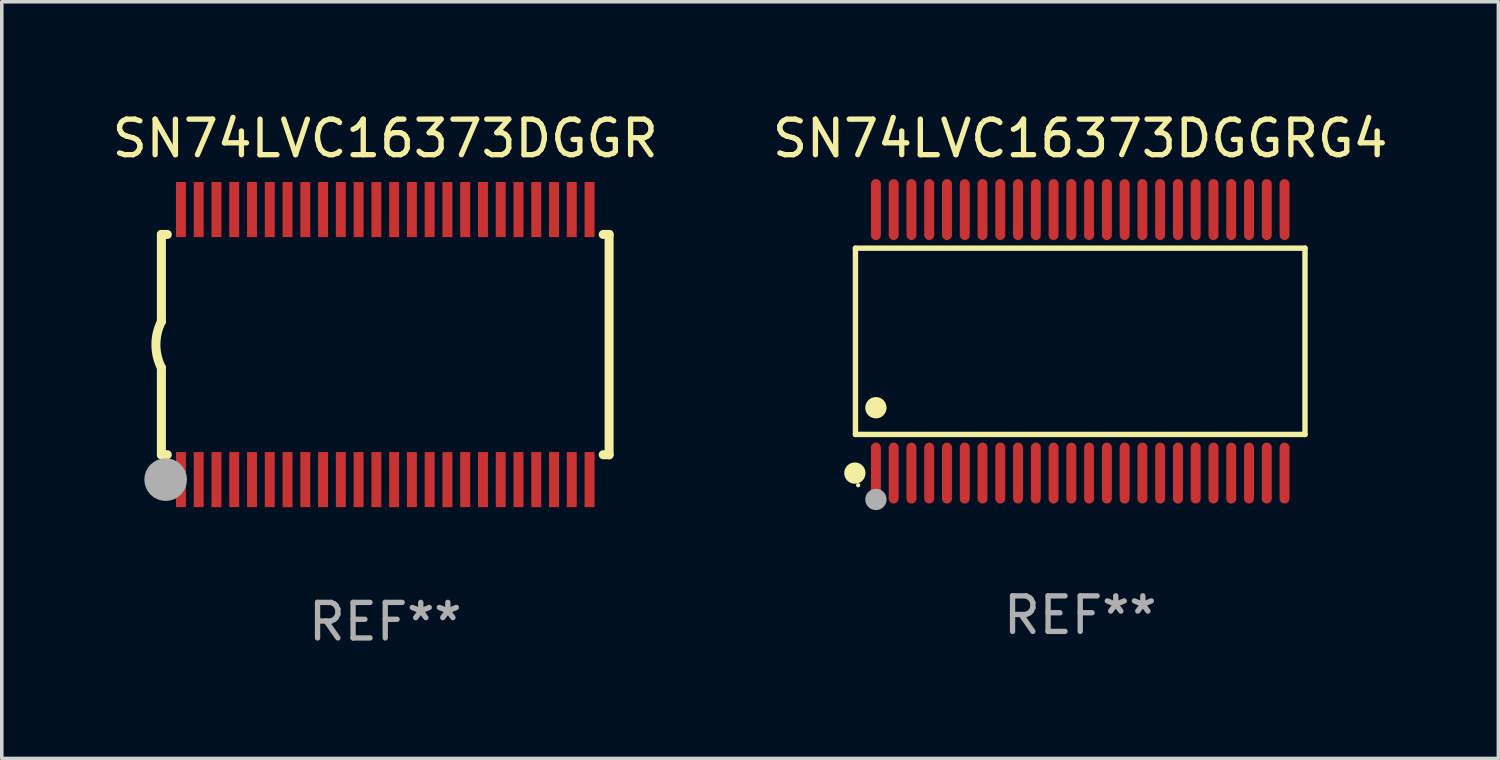
<source format=kicad_pcb>
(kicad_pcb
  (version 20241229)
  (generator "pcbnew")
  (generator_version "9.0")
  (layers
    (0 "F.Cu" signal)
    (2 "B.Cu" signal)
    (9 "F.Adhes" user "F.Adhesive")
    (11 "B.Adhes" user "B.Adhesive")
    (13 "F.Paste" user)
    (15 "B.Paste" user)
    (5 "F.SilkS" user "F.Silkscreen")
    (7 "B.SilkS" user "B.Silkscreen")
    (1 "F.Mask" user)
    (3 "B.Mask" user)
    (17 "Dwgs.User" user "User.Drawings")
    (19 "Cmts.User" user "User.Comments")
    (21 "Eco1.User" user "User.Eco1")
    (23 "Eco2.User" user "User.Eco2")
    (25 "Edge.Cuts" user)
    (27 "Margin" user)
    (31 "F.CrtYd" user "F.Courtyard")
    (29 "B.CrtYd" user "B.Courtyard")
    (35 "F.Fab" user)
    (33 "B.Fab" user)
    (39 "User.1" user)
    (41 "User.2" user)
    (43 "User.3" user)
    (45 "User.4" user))
  (footprint "SN74LVC16373DGGRG4"
    (layer "F.Cu")
    (at 27.351 6.556)
    (property "Reference" "SN74LVC16373DGGRG4" (at 0 -5.708 0) (layer "F.SilkS") (effects (font (size 1 1) (thickness 0.15))))
    (attr through_hole)
    (fp_line (start -6.326 -2.622) (end 6.326 -2.622) (stroke (width 0.152) (type solid)) (layer "F.SilkS"))
    (fp_line (start -6.326 2.621) (end -6.326 -2.622) (stroke (width 0.152) (type solid)) (layer "F.SilkS"))
    (fp_line (start 6.326 -2.622) (end 6.326 2.621) (stroke (width 0.152) (type solid)) (layer "F.SilkS"))
    (fp_line (start 6.326 2.621) (end -6.326 2.621) (stroke (width 0.152) (type solid)) (layer "F.SilkS"))
    (fp_circle (center -6.342 3.708) (end -6.192 3.708) (stroke (width 0.3) (type solid)) (fill no) (layer "F.SilkS"))
    (fp_circle (center -6.25 4.05) (end -6.22 4.05) (stroke (width 0.06) (type solid)) (fill no) (layer "F.SilkS"))
    (fp_circle (center -5.75 1.869) (end -5.6 1.869) (stroke (width 0.3) (type solid)) (fill no) (layer "F.SilkS"))
    (fp_circle (center -5.75 4.45) (end -5.6 4.45) (stroke (width 0.3) (type solid)) (fill no) (layer "F.Fab"))
    (fp_text user "REF**" (at 0 7.708 0) (layer "F.Fab") (effects (font (size 1 1) (thickness 0.15))))
    (pad "1" smd oval (at -5.75 3.708) (size 0.28 1.715) (layers "F.Cu" "F.Mask" "F.Paste"))
    (pad "2" smd oval (at -5.25 3.708) (size 0.28 1.715) (layers "F.Cu" "F.Mask" "F.Paste"))
    (pad "3" smd oval (at -4.75 3.708) (size 0.28 1.715) (layers "F.Cu" "F.Mask" "F.Paste"))
    (pad "4" smd oval (at -4.25 3.708) (size 0.28 1.715) (layers "F.Cu" "F.Mask" "F.Paste"))
    (pad "5" smd oval (at -3.75 3.708) (size 0.28 1.715) (layers "F.Cu" "F.Mask" "F.Paste"))
    (pad "6" smd oval (at -3.25 3.708) (size 0.28 1.715) (layers "F.Cu" "F.Mask" "F.Paste"))
    (pad "7" smd oval (at -2.75 3.708) (size 0.28 1.715) (layers "F.Cu" "F.Mask" "F.Paste"))
    (pad "8" smd oval (at -2.25 3.708) (size 0.28 1.715) (layers "F.Cu" "F.Mask" "F.Paste"))
    (pad "9" smd oval (at -1.75 3.708) (size 0.28 1.715) (layers "F.Cu" "F.Mask" "F.Paste"))
    (pad "10" smd oval (at -1.25 3.708) (size 0.28 1.715) (layers "F.Cu" "F.Mask" "F.Paste"))
    (pad "11" smd oval (at -0.75 3.708) (size 0.28 1.715) (layers "F.Cu" "F.Mask" "F.Paste"))
    (pad "12" smd oval (at -0.25 3.708) (size 0.28 1.715) (layers "F.Cu" "F.Mask" "F.Paste"))
    (pad "13" smd oval (at 0.25 3.708) (size 0.28 1.715) (layers "F.Cu" "F.Mask" "F.Paste"))
    (pad "14" smd oval (at 0.75 3.708) (size 0.28 1.715) (layers "F.Cu" "F.Mask" "F.Paste"))
    (pad "15" smd oval (at 1.25 3.708) (size 0.28 1.715) (layers "F.Cu" "F.Mask" "F.Paste"))
    (pad "16" smd oval (at 1.75 3.708) (size 0.28 1.715) (layers "F.Cu" "F.Mask" "F.Paste"))
    (pad "17" smd oval (at 2.25 3.708) (size 0.28 1.715) (layers "F.Cu" "F.Mask" "F.Paste"))
    (pad "18" smd oval (at 2.75 3.708) (size 0.28 1.715) (layers "F.Cu" "F.Mask" "F.Paste"))
    (pad "19" smd oval (at 3.25 3.708) (size 0.28 1.715) (layers "F.Cu" "F.Mask" "F.Paste"))
    (pad "20" smd oval (at 3.75 3.708) (size 0.28 1.715) (layers "F.Cu" "F.Mask" "F.Paste"))
    (pad "21" smd oval (at 4.25 3.708) (size 0.28 1.715) (layers "F.Cu" "F.Mask" "F.Paste"))
    (pad "22" smd oval (at 4.75 3.708) (size 0.28 1.715) (layers "F.Cu" "F.Mask" "F.Paste"))
    (pad "23" smd oval (at 5.25 3.708) (size 0.28 1.715) (layers "F.Cu" "F.Mask" "F.Paste"))
    (pad "24" smd oval (at 5.75 3.708) (size 0.28 1.715) (layers "F.Cu" "F.Mask" "F.Paste"))
    (pad "25" smd oval (at 5.75 -3.708) (size 0.28 1.715) (layers "F.Cu" "F.Mask" "F.Paste"))
    (pad "26" smd oval (at 5.25 -3.708) (size 0.28 1.715) (layers "F.Cu" "F.Mask" "F.Paste"))
    (pad "27" smd oval (at 4.75 -3.708) (size 0.28 1.715) (layers "F.Cu" "F.Mask" "F.Paste"))
    (pad "28" smd oval (at 4.25 -3.708) (size 0.28 1.715) (layers "F.Cu" "F.Mask" "F.Paste"))
    (pad "29" smd oval (at 3.75 -3.708) (size 0.28 1.715) (layers "F.Cu" "F.Mask" "F.Paste"))
    (pad "30" smd oval (at 3.25 -3.708) (size 0.28 1.715) (layers "F.Cu" "F.Mask" "F.Paste"))
    (pad "31" smd oval (at 2.75 -3.708) (size 0.28 1.715) (layers "F.Cu" "F.Mask" "F.Paste"))
    (pad "32" smd oval (at 2.25 -3.708) (size 0.28 1.715) (layers "F.Cu" "F.Mask" "F.Paste"))
    (pad "33" smd oval (at 1.75 -3.708) (size 0.28 1.715) (layers "F.Cu" "F.Mask" "F.Paste"))
    (pad "34" smd oval (at 1.25 -3.708) (size 0.28 1.715) (layers "F.Cu" "F.Mask" "F.Paste"))
    (pad "35" smd oval (at 0.75 -3.708) (size 0.28 1.715) (layers "F.Cu" "F.Mask" "F.Paste"))
    (pad "36" smd oval (at 0.25 -3.708) (size 0.28 1.715) (layers "F.Cu" "F.Mask" "F.Paste"))
    (pad "37" smd oval (at -0.25 -3.708) (size 0.28 1.715) (layers "F.Cu" "F.Mask" "F.Paste"))
    (pad "38" smd oval (at -0.75 -3.708) (size 0.28 1.715) (layers "F.Cu" "F.Mask" "F.Paste"))
    (pad "39" smd oval (at -1.25 -3.708) (size 0.28 1.715) (layers "F.Cu" "F.Mask" "F.Paste"))
    (pad "40" smd oval (at -1.75 -3.708) (size 0.28 1.715) (layers "F.Cu" "F.Mask" "F.Paste"))
    (pad "41" smd oval (at -2.25 -3.708) (size 0.28 1.715) (layers "F.Cu" "F.Mask" "F.Paste"))
    (pad "42" smd oval (at -2.75 -3.708) (size 0.28 1.715) (layers "F.Cu" "F.Mask" "F.Paste"))
    (pad "43" smd oval (at -3.25 -3.708) (size 0.28 1.715) (layers "F.Cu" "F.Mask" "F.Paste"))
    (pad "44" smd oval (at -3.75 -3.708) (size 0.28 1.715) (layers "F.Cu" "F.Mask" "F.Paste"))
    (pad "45" smd oval (at -4.25 -3.708) (size 0.28 1.715) (layers "F.Cu" "F.Mask" "F.Paste"))
    (pad "46" smd oval (at -4.75 -3.708) (size 0.28 1.715) (layers "F.Cu" "F.Mask" "F.Paste"))
    (pad "47" smd oval (at -5.25 -3.708) (size 0.28 1.715) (layers "F.Cu" "F.Mask" "F.Paste"))
    (pad "48" smd oval (at -5.75 -3.708) (size 0.28 1.715) (layers "F.Cu" "F.Mask" "F.Paste")))
  (footprint "SN74LVC16373DGGR"
    (layer "F.Cu")
    (at 7.792 6.648)
    (property "Reference" "SN74LVC16373DGGR" (at 0 -5.8 0) (layer "F.SilkS") (effects (font (size 1 1) (thickness 0.15))))
    (attr through_hole)
    (fp_line (start -6.3 -3.1) (end -6.3 -0.65) (stroke (width 0.254) (type solid)) (layer "F.SilkS"))
    (fp_line (start -6.3 -3.1) (end -6.134 -3.1) (stroke (width 0.254) (type solid)) (layer "F.SilkS"))
    (fp_line (start -6.3 3.1) (end -6.3 0.65) (stroke (width 0.254) (type solid)) (layer "F.SilkS"))
    (fp_line (start -6.3 3.1) (end -6.134 3.1) (stroke (width 0.254) (type solid)) (layer "F.SilkS"))
    (fp_line (start 6.134 -3.1) (end 6.3 -3.1) (stroke (width 0.254) (type solid)) (layer "F.SilkS"))
    (fp_line (start 6.134 3.1) (end 6.3 3.1) (stroke (width 0.254) (type solid)) (layer "F.SilkS"))
    (fp_line (start 6.3 -3.1) (end 6.3 3.1) (stroke (width 0.254) (type solid)) (layer "F.SilkS"))
    (fp_arc (start -6.301016 0.650114) (mid -6.45413 -0.000082) (end -6.3 -0.650038) (stroke (width 0.254001) (type solid)) (layer "F.SilkS"))
    (fp_circle (center -6.35 3.81) (end -6.223 3.81) (stroke (width 0.254) (type solid)) (fill no) (layer "F.SilkS"))
    (fp_circle (center -6.25 4.05) (end -6.22 4.05) (stroke (width 0.06) (type solid)) (fill no) (layer "F.SilkS"))
    (fp_circle (center -6.18 3.8) (end -5.88 3.8) (stroke (width 0.6) (type solid)) (fill no) (layer "F.Fab"))
    (fp_text user "REF**" (at 0 7.8 0) (layer "F.Fab") (effects (font (size 1 1) (thickness 0.15))))
    (pad "1" smd rect (at -5.75 3.8) (size 0.28 1.55) (layers "F.Cu" "F.Mask" "F.Paste"))
    (pad "2" smd rect (at -5.25 3.8) (size 0.28 1.55) (layers "F.Cu" "F.Mask" "F.Paste"))
    (pad "3" smd rect (at -4.75 3.8) (size 0.28 1.55) (layers "F.Cu" "F.Mask" "F.Paste"))
    (pad "4" smd rect (at -4.25 3.8) (size 0.28 1.55) (layers "F.Cu" "F.Mask" "F.Paste"))
    (pad "5" smd rect (at -3.75 3.8) (size 0.28 1.55) (layers "F.Cu" "F.Mask" "F.Paste"))
    (pad "6" smd rect (at -3.25 3.8) (size 0.28 1.55) (layers "F.Cu" "F.Mask" "F.Paste"))
    (pad "7" smd rect (at -2.75 3.8) (size 0.28 1.55) (layers "F.Cu" "F.Mask" "F.Paste"))
    (pad "8" smd rect (at -2.25 3.8) (size 0.28 1.55) (layers "F.Cu" "F.Mask" "F.Paste"))
    (pad "9" smd rect (at -1.75 3.8) (size 0.28 1.55) (layers "F.Cu" "F.Mask" "F.Paste"))
    (pad "10" smd rect (at -1.25 3.8) (size 0.28 1.55) (layers "F.Cu" "F.Mask" "F.Paste"))
    (pad "11" smd rect (at -0.75 3.8) (size 0.28 1.55) (layers "F.Cu" "F.Mask" "F.Paste"))
    (pad "12" smd rect (at -0.25 3.8) (size 0.28 1.55) (layers "F.Cu" "F.Mask" "F.Paste"))
    (pad "13" smd rect (at 0.25 3.8) (size 0.28 1.55) (layers "F.Cu" "F.Mask" "F.Paste"))
    (pad "14" smd rect (at 0.75 3.8) (size 0.28 1.55) (layers "F.Cu" "F.Mask" "F.Paste"))
    (pad "15" smd rect (at 1.25 3.8) (size 0.28 1.55) (layers "F.Cu" "F.Mask" "F.Paste"))
    (pad "16" smd rect (at 1.75 3.8) (size 0.28 1.55) (layers "F.Cu" "F.Mask" "F.Paste"))
    (pad "17" smd rect (at 2.25 3.8) (size 0.28 1.55) (layers "F.Cu" "F.Mask" "F.Paste"))
    (pad "18" smd rect (at 2.75 3.8) (size 0.28 1.55) (layers "F.Cu" "F.Mask" "F.Paste"))
    (pad "19" smd rect (at 3.25 3.8) (size 0.28 1.55) (layers "F.Cu" "F.Mask" "F.Paste"))
    (pad "20" smd rect (at 3.75 3.8) (size 0.28 1.55) (layers "F.Cu" "F.Mask" "F.Paste"))
    (pad "21" smd rect (at 4.25 3.8) (size 0.28 1.55) (layers "F.Cu" "F.Mask" "F.Paste"))
    (pad "22" smd rect (at 4.75 3.8) (size 0.28 1.55) (layers "F.Cu" "F.Mask" "F.Paste"))
    (pad "23" smd rect (at 5.25 3.8) (size 0.28 1.55) (layers "F.Cu" "F.Mask" "F.Paste"))
    (pad "24" smd rect (at 5.75 3.8) (size 0.28 1.55) (layers "F.Cu" "F.Mask" "F.Paste"))
    (pad "25" smd rect (at 5.75 -3.8) (size 0.28 1.55) (layers "F.Cu" "F.Mask" "F.Paste"))
    (pad "26" smd rect (at 5.25 -3.8) (size 0.28 1.55) (layers "F.Cu" "F.Mask" "F.Paste"))
    (pad "27" smd rect (at 4.75 -3.8) (size 0.28 1.55) (layers "F.Cu" "F.Mask" "F.Paste"))
    (pad "28" smd rect (at 4.25 -3.8) (size 0.28 1.55) (layers "F.Cu" "F.Mask" "F.Paste"))
    (pad "29" smd rect (at 3.75 -3.8) (size 0.28 1.55) (layers "F.Cu" "F.Mask" "F.Paste"))
    (pad "30" smd rect (at 3.25 -3.8) (size 0.28 1.55) (layers "F.Cu" "F.Mask" "F.Paste"))
    (pad "31" smd rect (at 2.75 -3.8) (size 0.28 1.55) (layers "F.Cu" "F.Mask" "F.Paste"))
    (pad "32" smd rect (at 2.25 -3.8) (size 0.28 1.55) (layers "F.Cu" "F.Mask" "F.Paste"))
    (pad "33" smd rect (at 1.75 -3.8) (size 0.28 1.55) (layers "F.Cu" "F.Mask" "F.Paste"))
    (pad "34" smd rect (at 1.25 -3.8) (size 0.28 1.55) (layers "F.Cu" "F.Mask" "F.Paste"))
    (pad "35" smd rect (at 0.75 -3.8) (size 0.28 1.55) (layers "F.Cu" "F.Mask" "F.Paste"))
    (pad "36" smd rect (at 0.25 -3.8) (size 0.28 1.55) (layers "F.Cu" "F.Mask" "F.Paste"))
    (pad "37" smd rect (at -0.25 -3.8) (size 0.28 1.55) (layers "F.Cu" "F.Mask" "F.Paste"))
    (pad "38" smd rect (at -0.75 -3.8) (size 0.28 1.55) (layers "F.Cu" "F.Mask" "F.Paste"))
    (pad "39" smd rect (at -1.25 -3.8) (size 0.28 1.55) (layers "F.Cu" "F.Mask" "F.Paste"))
    (pad "40" smd rect (at -1.75 -3.8) (size 0.28 1.55) (layers "F.Cu" "F.Mask" "F.Paste"))
    (pad "41" smd rect (at -2.25 -3.8) (size 0.28 1.55) (layers "F.Cu" "F.Mask" "F.Paste"))
    (pad "42" smd rect (at -2.75 -3.8) (size 0.28 1.55) (layers "F.Cu" "F.Mask" "F.Paste"))
    (pad "43" smd rect (at -3.25 -3.8) (size 0.28 1.55) (layers "F.Cu" "F.Mask" "F.Paste"))
    (pad "44" smd rect (at -3.75 -3.8) (size 0.28 1.55) (layers "F.Cu" "F.Mask" "F.Paste"))
    (pad "45" smd rect (at -4.25 -3.8) (size 0.28 1.55) (layers "F.Cu" "F.Mask" "F.Paste"))
    (pad "46" smd rect (at -4.75 -3.8) (size 0.28 1.55) (layers "F.Cu" "F.Mask" "F.Paste"))
    (pad "47" smd rect (at -5.25 -3.8) (size 0.28 1.55) (layers "F.Cu" "F.Mask" "F.Paste"))
    (pad "48" smd rect (at -5.75 -3.8) (size 0.28 1.55) (layers "F.Cu" "F.Mask" "F.Paste")))
  (gr_rect
    (start -3 -3)
    (end 39.119 18.296)
    (stroke (width 0.1) (type default))
    (fill no)
    (layer "Edge.Cuts")))
</source>
